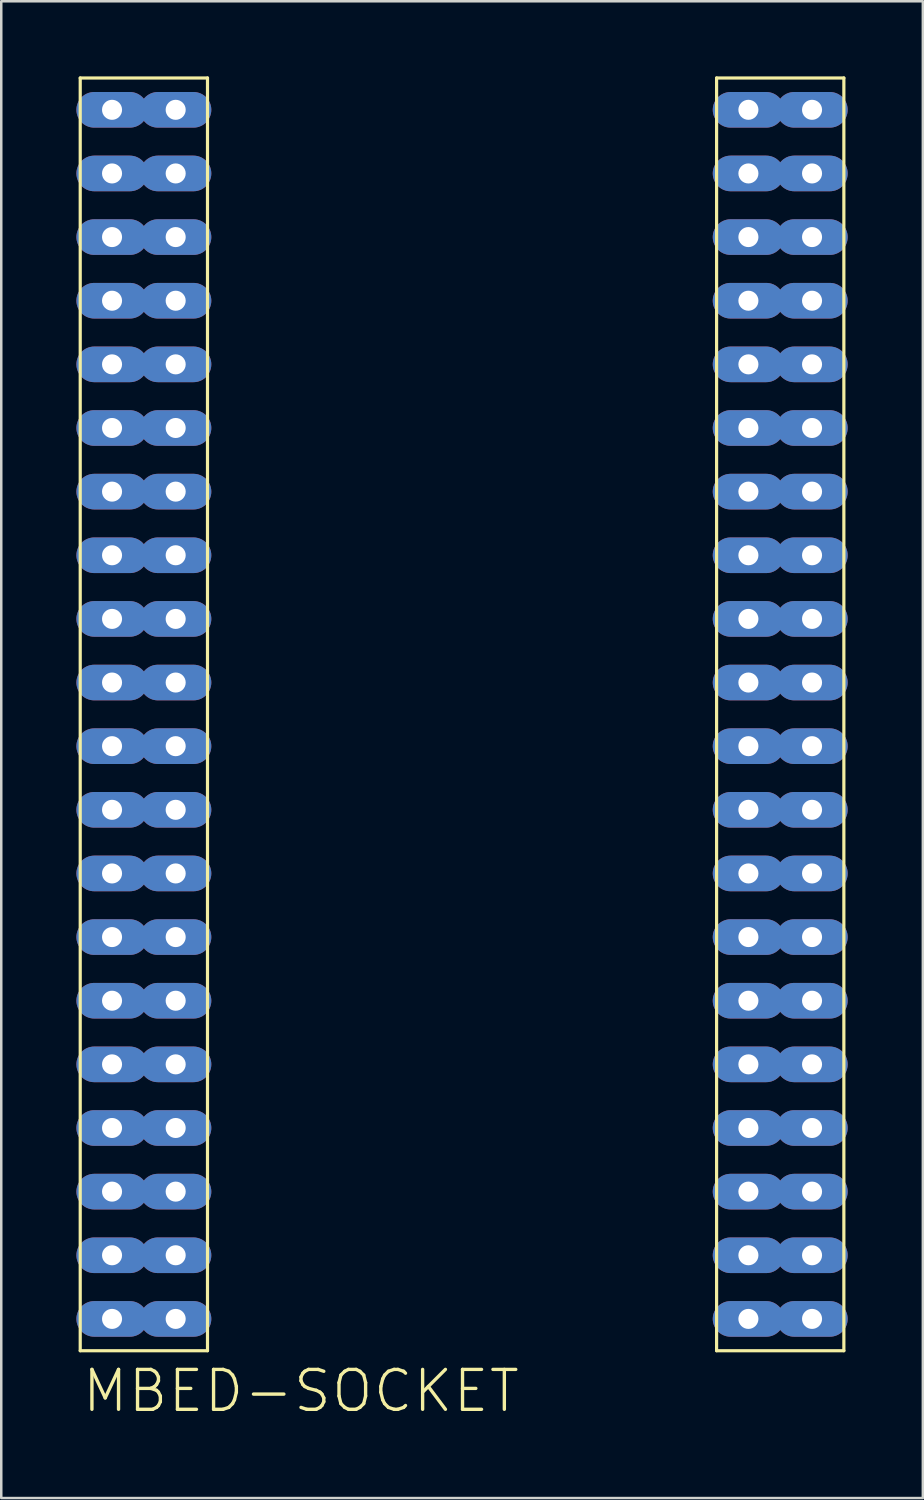
<source format=kicad_pcb>
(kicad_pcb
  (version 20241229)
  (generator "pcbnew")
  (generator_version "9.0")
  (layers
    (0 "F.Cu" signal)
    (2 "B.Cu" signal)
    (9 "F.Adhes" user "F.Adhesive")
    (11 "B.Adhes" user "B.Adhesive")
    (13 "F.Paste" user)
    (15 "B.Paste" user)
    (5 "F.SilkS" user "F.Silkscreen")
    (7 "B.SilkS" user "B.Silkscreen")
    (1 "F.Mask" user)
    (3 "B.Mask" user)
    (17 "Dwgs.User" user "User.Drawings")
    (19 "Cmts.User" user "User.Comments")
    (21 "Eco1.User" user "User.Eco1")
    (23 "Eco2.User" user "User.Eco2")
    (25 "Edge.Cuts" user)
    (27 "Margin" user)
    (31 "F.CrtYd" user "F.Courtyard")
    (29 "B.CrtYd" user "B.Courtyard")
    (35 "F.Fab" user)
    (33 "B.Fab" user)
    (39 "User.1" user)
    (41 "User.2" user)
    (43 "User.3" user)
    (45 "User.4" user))
  (footprint "MBED-SOCKET"
    (layer "F.Cu")
    (at 3.962 1.333)
    (property "Reference" "MBED-SOCKET" (at -3.81 52.07 0) (layer "F.SilkS") (effects (font (size 1.593 1.593) (thickness 0.134)) (justify left bottom)))
    (attr through_hole)
    (fp_line (start -3.81 -1.27) (end 1.27 -1.27) (stroke (width 0.127) (type solid)) (layer "F.SilkS"))
    (fp_line (start -3.81 49.53) (end -3.81 -1.27) (stroke (width 0.127) (type solid)) (layer "F.SilkS"))
    (fp_line (start 1.27 -1.27) (end 1.27 49.53) (stroke (width 0.127) (type solid)) (layer "F.SilkS"))
    (fp_line (start 1.27 49.53) (end -3.81 49.53) (stroke (width 0.127) (type solid)) (layer "F.SilkS"))
    (fp_line (start 21.59 -1.27) (end 26.67 -1.27) (stroke (width 0.127) (type solid)) (layer "F.SilkS"))
    (fp_line (start 21.59 49.53) (end 21.59 -1.27) (stroke (width 0.127) (type solid)) (layer "F.SilkS"))
    (fp_line (start 26.67 -1.27) (end 26.67 49.53) (stroke (width 0.127) (type solid)) (layer "F.SilkS"))
    (fp_line (start 26.67 49.53) (end 21.59 49.53) (stroke (width 0.127) (type solid)) (layer "F.SilkS"))
    (pad "P$1" thru_hole oval (at 0 0) (size 2.845 1.422) (drill 0.8) (layers "*.Cu" "*.Mask"))
    (pad "P$2" thru_hole oval (at 0 2.54) (size 2.845 1.422) (drill 0.8) (layers "*.Cu" "*.Mask"))
    (pad "P$3" thru_hole oval (at 0 5.08) (size 2.845 1.422) (drill 0.8) (layers "*.Cu" "*.Mask"))
    (pad "P$4" thru_hole oval (at 0 7.62) (size 2.845 1.422) (drill 0.8) (layers "*.Cu" "*.Mask"))
    (pad "P$5" thru_hole oval (at 0 10.16) (size 2.845 1.422) (drill 0.8) (layers "*.Cu" "*.Mask"))
    (pad "P$6" thru_hole oval (at 0 12.7) (size 2.845 1.422) (drill 0.8) (layers "*.Cu" "*.Mask"))
    (pad "P$7" thru_hole oval (at 0 15.24) (size 2.845 1.422) (drill 0.8) (layers "*.Cu" "*.Mask"))
    (pad "P$8" thru_hole oval (at 0 17.78) (size 2.845 1.422) (drill 0.8) (layers "*.Cu" "*.Mask"))
    (pad "P$9" thru_hole oval (at 0 20.32) (size 2.845 1.422) (drill 0.8) (layers "*.Cu" "*.Mask"))
    (pad "P$10" thru_hole oval (at 0 22.86) (size 2.845 1.422) (drill 0.8) (layers "*.Cu" "*.Mask"))
    (pad "P$11" thru_hole oval (at 0 25.4) (size 2.845 1.422) (drill 0.8) (layers "*.Cu" "*.Mask"))
    (pad "P$12" thru_hole oval (at 0 27.94) (size 2.845 1.422) (drill 0.8) (layers "*.Cu" "*.Mask"))
    (pad "P$13" thru_hole oval (at 0 30.48) (size 2.845 1.422) (drill 0.8) (layers "*.Cu" "*.Mask"))
    (pad "P$14" thru_hole oval (at 0 33.02) (size 2.845 1.422) (drill 0.8) (layers "*.Cu" "*.Mask"))
    (pad "P$15" thru_hole oval (at 0 35.56) (size 2.845 1.422) (drill 0.8) (layers "*.Cu" "*.Mask"))
    (pad "P$16" thru_hole oval (at 0 38.1) (size 2.845 1.422) (drill 0.8) (layers "*.Cu" "*.Mask"))
    (pad "P$17" thru_hole oval (at 0 40.64) (size 2.845 1.422) (drill 0.8) (layers "*.Cu" "*.Mask"))
    (pad "P$18" thru_hole oval (at 0 43.18) (size 2.845 1.422) (drill 0.8) (layers "*.Cu" "*.Mask"))
    (pad "P$19" thru_hole oval (at 0 45.72) (size 2.845 1.422) (drill 0.8) (layers "*.Cu" "*.Mask"))
    (pad "P$20" thru_hole oval (at 0 48.26) (size 2.845 1.422) (drill 0.8) (layers "*.Cu" "*.Mask"))
    (pad "P$21" thru_hole oval (at 22.86 48.26) (size 2.845 1.422) (drill 0.8) (layers "*.Cu" "*.Mask"))
    (pad "P$22" thru_hole oval (at 22.86 45.72) (size 2.845 1.422) (drill 0.8) (layers "*.Cu" "*.Mask"))
    (pad "P$23" thru_hole oval (at 22.86 43.18) (size 2.845 1.422) (drill 0.8) (layers "*.Cu" "*.Mask"))
    (pad "P$24" thru_hole oval (at 22.86 40.64) (size 2.845 1.422) (drill 0.8) (layers "*.Cu" "*.Mask"))
    (pad "P$25" thru_hole oval (at 22.86 38.1) (size 2.845 1.422) (drill 0.8) (layers "*.Cu" "*.Mask"))
    (pad "P$26" thru_hole oval (at 22.86 35.56) (size 2.845 1.422) (drill 0.8) (layers "*.Cu" "*.Mask"))
    (pad "P$27" thru_hole oval (at 22.86 33.02) (size 2.845 1.422) (drill 0.8) (layers "*.Cu" "*.Mask"))
    (pad "P$28" thru_hole oval (at 22.86 30.48) (size 2.845 1.422) (drill 0.8) (layers "*.Cu" "*.Mask"))
    (pad "P$29" thru_hole oval (at 22.86 27.94) (size 2.845 1.422) (drill 0.8) (layers "*.Cu" "*.Mask"))
    (pad "P$30" thru_hole oval (at 22.86 25.4) (size 2.845 1.422) (drill 0.8) (layers "*.Cu" "*.Mask"))
    (pad "P$31" thru_hole oval (at 22.86 22.86) (size 2.845 1.422) (drill 0.8) (layers "*.Cu" "*.Mask"))
    (pad "P$32" thru_hole oval (at 22.86 20.32) (size 2.845 1.422) (drill 0.8) (layers "*.Cu" "*.Mask"))
    (pad "P$33" thru_hole oval (at 22.86 17.78) (size 2.845 1.422) (drill 0.8) (layers "*.Cu" "*.Mask"))
    (pad "P$34" thru_hole oval (at 22.86 15.24) (size 2.845 1.422) (drill 0.8) (layers "*.Cu" "*.Mask"))
    (pad "P$35" thru_hole oval (at 22.86 12.7) (size 2.845 1.422) (drill 0.8) (layers "*.Cu" "*.Mask"))
    (pad "P$36" thru_hole oval (at 22.86 10.16) (size 2.845 1.422) (drill 0.8) (layers "*.Cu" "*.Mask"))
    (pad "P$37" thru_hole oval (at 22.86 7.62) (size 2.845 1.422) (drill 0.8) (layers "*.Cu" "*.Mask"))
    (pad "P$38" thru_hole oval (at 22.86 5.08) (size 2.845 1.422) (drill 0.8) (layers "*.Cu" "*.Mask"))
    (pad "P$39" thru_hole oval (at 22.86 2.54) (size 2.845 1.422) (drill 0.8) (layers "*.Cu" "*.Mask"))
    (pad "P$40" thru_hole oval (at 22.86 0) (size 2.845 1.422) (drill 0.8) (layers "*.Cu" "*.Mask"))
    (pad "P$41" thru_hole oval (at -2.54 0) (size 2.845 1.422) (drill 0.8) (layers "*.Cu" "*.Mask"))
    (pad "P$42" thru_hole oval (at -2.54 2.54) (size 2.845 1.422) (drill 0.8) (layers "*.Cu" "*.Mask"))
    (pad "P$43" thru_hole oval (at -2.54 5.08) (size 2.845 1.422) (drill 0.8) (layers "*.Cu" "*.Mask"))
    (pad "P$44" thru_hole oval (at -2.54 7.62) (size 2.845 1.422) (drill 0.8) (layers "*.Cu" "*.Mask"))
    (pad "P$45" thru_hole oval (at -2.54 10.16) (size 2.845 1.422) (drill 0.8) (layers "*.Cu" "*.Mask"))
    (pad "P$46" thru_hole oval (at -2.54 12.7) (size 2.845 1.422) (drill 0.8) (layers "*.Cu" "*.Mask"))
    (pad "P$47" thru_hole oval (at -2.54 15.24) (size 2.845 1.422) (drill 0.8) (layers "*.Cu" "*.Mask"))
    (pad "P$48" thru_hole oval (at -2.54 17.78) (size 2.845 1.422) (drill 0.8) (layers "*.Cu" "*.Mask"))
    (pad "P$49" thru_hole oval (at -2.54 20.32) (size 2.845 1.422) (drill 0.8) (layers "*.Cu" "*.Mask"))
    (pad "P$50" thru_hole oval (at -2.54 22.86) (size 2.845 1.422) (drill 0.8) (layers "*.Cu" "*.Mask"))
    (pad "P$51" thru_hole oval (at -2.54 25.4) (size 2.845 1.422) (drill 0.8) (layers "*.Cu" "*.Mask"))
    (pad "P$52" thru_hole oval (at -2.54 27.94) (size 2.845 1.422) (drill 0.8) (layers "*.Cu" "*.Mask"))
    (pad "P$53" thru_hole oval (at -2.54 30.48) (size 2.845 1.422) (drill 0.8) (layers "*.Cu" "*.Mask"))
    (pad "P$54" thru_hole oval (at -2.54 33.02) (size 2.845 1.422) (drill 0.8) (layers "*.Cu" "*.Mask"))
    (pad "P$55" thru_hole oval (at -2.54 35.56) (size 2.845 1.422) (drill 0.8) (layers "*.Cu" "*.Mask"))
    (pad "P$56" thru_hole oval (at -2.54 38.1) (size 2.845 1.422) (drill 0.8) (layers "*.Cu" "*.Mask"))
    (pad "P$57" thru_hole oval (at -2.54 40.64) (size 2.845 1.422) (drill 0.8) (layers "*.Cu" "*.Mask"))
    (pad "P$58" thru_hole oval (at -2.54 43.18) (size 2.845 1.422) (drill 0.8) (layers "*.Cu" "*.Mask"))
    (pad "P$59" thru_hole oval (at -2.54 45.72) (size 2.845 1.422) (drill 0.8) (layers "*.Cu" "*.Mask"))
    (pad "P$60" thru_hole oval (at -2.54 48.26) (size 2.845 1.422) (drill 0.8) (layers "*.Cu" "*.Mask"))
    (pad "P$61" thru_hole oval (at 25.4 48.26) (size 2.845 1.422) (drill 0.8) (layers "*.Cu" "*.Mask"))
    (pad "P$62" thru_hole oval (at 25.4 45.72) (size 2.845 1.422) (drill 0.8) (layers "*.Cu" "*.Mask"))
    (pad "P$63" thru_hole oval (at 25.4 43.18) (size 2.845 1.422) (drill 0.8) (layers "*.Cu" "*.Mask"))
    (pad "P$64" thru_hole oval (at 25.4 40.64) (size 2.845 1.422) (drill 0.8) (layers "*.Cu" "*.Mask"))
    (pad "P$65" thru_hole oval (at 25.4 38.1) (size 2.845 1.422) (drill 0.8) (layers "*.Cu" "*.Mask"))
    (pad "P$66" thru_hole oval (at 25.4 35.56) (size 2.845 1.422) (drill 0.8) (layers "*.Cu" "*.Mask"))
    (pad "P$67" thru_hole oval (at 25.4 33.02) (size 2.845 1.422) (drill 0.8) (layers "*.Cu" "*.Mask"))
    (pad "P$68" thru_hole oval (at 25.4 30.48) (size 2.845 1.422) (drill 0.8) (layers "*.Cu" "*.Mask"))
    (pad "P$69" thru_hole oval (at 25.4 27.94) (size 2.845 1.422) (drill 0.8) (layers "*.Cu" "*.Mask"))
    (pad "P$70" thru_hole oval (at 25.4 25.4) (size 2.845 1.422) (drill 0.8) (layers "*.Cu" "*.Mask"))
    (pad "P$71" thru_hole oval (at 25.4 22.86) (size 2.845 1.422) (drill 0.8) (layers "*.Cu" "*.Mask"))
    (pad "P$72" thru_hole oval (at 25.4 20.32) (size 2.845 1.422) (drill 0.8) (layers "*.Cu" "*.Mask"))
    (pad "P$73" thru_hole oval (at 25.4 17.78) (size 2.845 1.422) (drill 0.8) (layers "*.Cu" "*.Mask"))
    (pad "P$74" thru_hole oval (at 25.4 15.24) (size 2.845 1.422) (drill 0.8) (layers "*.Cu" "*.Mask"))
    (pad "P$75" thru_hole oval (at 25.4 12.7) (size 2.845 1.422) (drill 0.8) (layers "*.Cu" "*.Mask"))
    (pad "P$76" thru_hole oval (at 25.4 10.16) (size 2.845 1.422) (drill 0.8) (layers "*.Cu" "*.Mask"))
    (pad "P$77" thru_hole oval (at 25.4 7.62) (size 2.845 1.422) (drill 0.8) (layers "*.Cu" "*.Mask"))
    (pad "P$78" thru_hole oval (at 25.4 5.08) (size 2.845 1.422) (drill 0.8) (layers "*.Cu" "*.Mask"))
    (pad "P$79" thru_hole oval (at 25.4 2.54) (size 2.845 1.422) (drill 0.8) (layers "*.Cu" "*.Mask"))
    (pad "P$80" thru_hole oval (at 25.4 0) (size 2.845 1.422) (drill 0.8) (layers "*.Cu" "*.Mask")))
  (gr_rect
    (start -3 -3)
    (end 33.785 56.743)
    (stroke (width 0.1) (type default))
    (fill no)
    (layer "Edge.Cuts")))
</source>
